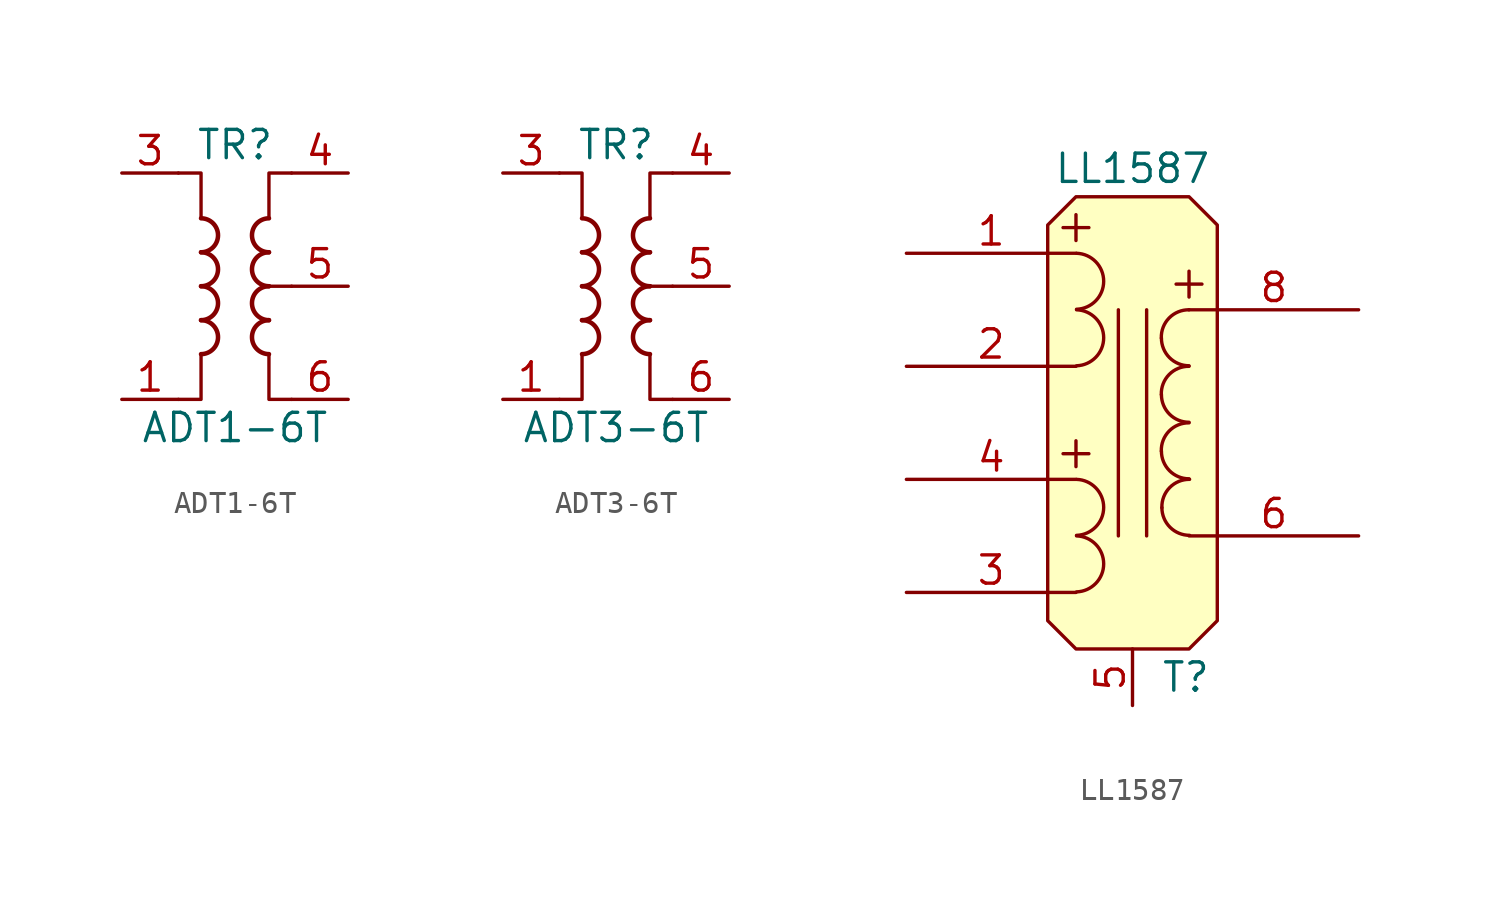
<source format=kicad_sym>
(kicad_symbol_lib
  (version 20241209)
  (generator "kicad_symbol_editor")
  (generator_version "9.0")
  (symbol "ADT1-6T"
    (pin_names
      (hide yes))
    (property "Reference" "TR"
      (at 0 6.35 0)
      (effects (font (size 1.27 1.27))))
    (property "Value" "ADT1-6T"
      (at 0 -6.35 0)
      (effects (font (size 1.27 1.27))))
    (symbol "ADT1-6T_0_1"
      (polyline (pts (xy -2.54 5.08) (xy -1.524 5.08) (xy -1.524 3.048)) (stroke (width 0.152) (type default)) (fill (type none)))
      (arc (start -1.524 3.048) (mid -0.7653 2.286) (end -1.524 1.524) (stroke (width 0.2032) (type default)) (fill (type none)))
      (arc (start -1.524 1.524) (mid -0.7653 0.762) (end -1.524 0) (stroke (width 0.2032) (type default)) (fill (type none)))
      (arc (start -1.524 0) (mid -0.7653 -0.762) (end -1.524 -1.524) (stroke (width 0.2032) (type default)) (fill (type none)))
      (arc (start -1.524 -1.524) (mid -0.7653 -2.286) (end -1.524 -3.048) (stroke (width 0.2032) (type default)) (fill (type none)))
      (polyline (pts (xy -1.524 -3.048) (xy -1.524 -5.08) (xy -2.54 -5.08)) (stroke (width 0.152) (type default)) (fill (type none)))
      (polyline (pts (xy 1.524 3.048) (xy 1.524 5.08) (xy 2.54 5.08)) (stroke (width 0.152) (type default)) (fill (type none)))
      (arc (start 1.524 1.524) (mid 0.7653 2.286) (end 1.524 3.048) (stroke (width 0.2032) (type default)) (fill (type none)))
      (arc (start 1.524 0) (mid 0.7653 0.762) (end 1.524 1.524) (stroke (width 0.2032) (type default)) (fill (type none)))
      (arc (start 1.524 -1.524) (mid 0.7653 -0.762) (end 1.524 0) (stroke (width 0.2032) (type default)) (fill (type none)))
      (arc (start 1.524 -3.048) (mid 0.7653 -2.286) (end 1.524 -1.524) (stroke (width 0.2032) (type default)) (fill (type none)))
      (polyline (pts (xy 2.54 0) (xy 1.27 0)) (stroke (width 0.152) (type default)) (fill (type none)))
      (polyline (pts (xy 2.54 -5.08) (xy 1.524 -5.08) (xy 1.524 -3.048)) (stroke (width 0.152) (type default)) (fill (type none))))
    (symbol "ADT1-6T_1_1"
      (pin passive line (at -5.08 5.08 0) (length 2.54) (name "~" (effects (font (size 1.27 1.27)))) (number "3" (effects (font (size 1.27 1.27)))))
      (pin passive line (at -5.08 -5.08 0) (length 2.54) (name "~" (effects (font (size 1.27 1.27)))) (number "1" (effects (font (size 1.27 1.27)))))
      (pin passive line (at 5.08 5.08 180) (length 2.54) (name "~" (effects (font (size 1.27 1.27)))) (number "4" (effects (font (size 1.27 1.27)))))
      (pin passive line (at 5.08 0 180) (length 2.54) (name "~" (effects (font (size 1.27 1.27)))) (number "5" (effects (font (size 1.27 1.27)))))
      (pin passive line (at 5.08 -5.08 180) (length 2.54) (name "~" (effects (font (size 1.27 1.27)))) (number "6" (effects (font (size 1.27 1.27)))))))
  (symbol "ADT3-6T"
    (pin_names
      (hide yes))
    (property "Reference" "TR"
      (at 0 6.35 0)
      (effects (font (size 1.27 1.27))))
    (property "Value" "ADT3-6T"
      (at 0 -6.35 0)
      (effects (font (size 1.27 1.27))))
    (symbol "ADT3-6T_0_1"
      (polyline (pts (xy -2.54 5.08) (xy -1.524 5.08) (xy -1.524 3.048)) (stroke (width 0.152) (type default)) (fill (type none)))
      (arc (start -1.524 3.048) (mid -0.7653 2.286) (end -1.524 1.524) (stroke (width 0.2032) (type default)) (fill (type none)))
      (arc (start -1.524 1.524) (mid -0.7653 0.762) (end -1.524 0) (stroke (width 0.2032) (type default)) (fill (type none)))
      (arc (start -1.524 0) (mid -0.7653 -0.762) (end -1.524 -1.524) (stroke (width 0.2032) (type default)) (fill (type none)))
      (arc (start -1.524 -1.524) (mid -0.7653 -2.286) (end -1.524 -3.048) (stroke (width 0.2032) (type default)) (fill (type none)))
      (polyline (pts (xy -1.524 -3.048) (xy -1.524 -5.08) (xy -2.54 -5.08)) (stroke (width 0.152) (type default)) (fill (type none)))
      (polyline (pts (xy 1.524 3.048) (xy 1.524 5.08) (xy 2.54 5.08)) (stroke (width 0.152) (type default)) (fill (type none)))
      (arc (start 1.524 1.524) (mid 0.7653 2.286) (end 1.524 3.048) (stroke (width 0.2032) (type default)) (fill (type none)))
      (arc (start 1.524 0) (mid 0.7653 0.762) (end 1.524 1.524) (stroke (width 0.2032) (type default)) (fill (type none)))
      (arc (start 1.524 -1.524) (mid 0.7653 -0.762) (end 1.524 0) (stroke (width 0.2032) (type default)) (fill (type none)))
      (arc (start 1.524 -3.048) (mid 0.7653 -2.286) (end 1.524 -1.524) (stroke (width 0.2032) (type default)) (fill (type none)))
      (polyline (pts (xy 2.54 0) (xy 1.27 0)) (stroke (width 0.152) (type default)) (fill (type none)))
      (polyline (pts (xy 2.54 -5.08) (xy 1.524 -5.08) (xy 1.524 -3.048)) (stroke (width 0.152) (type default)) (fill (type none))))
    (symbol "ADT3-6T_1_1"
      (pin passive line (at -5.08 5.08 0) (length 2.54) (name "~" (effects (font (size 1.27 1.27)))) (number "3" (effects (font (size 1.27 1.27)))))
      (pin passive line (at -5.08 -5.08 0) (length 2.54) (name "~" (effects (font (size 1.27 1.27)))) (number "1" (effects (font (size 1.27 1.27)))))
      (pin passive line (at 5.08 5.08 180) (length 2.54) (name "~" (effects (font (size 1.27 1.27)))) (number "4" (effects (font (size 1.27 1.27)))))
      (pin passive line (at 5.08 0 180) (length 2.54) (name "~" (effects (font (size 1.27 1.27)))) (number "5" (effects (font (size 1.27 1.27)))))
      (pin passive line (at 5.08 -5.08 180) (length 2.54) (name "~" (effects (font (size 1.27 1.27)))) (number "6" (effects (font (size 1.27 1.27)))))))
  (symbol "LL1587"
    (pin_names
      (hide yes))
    (property "Reference" "T"
      (at 1.27 -11.43 0)
      (effects (font (size 1.27 1.27)) (justify left)))
    (property "Value" "LL1587"
      (at 0 11.43 0)
      (effects (font (size 1.27 1.27))))
    (symbol "LL1587_0_0"
      (text "+" (at -2.54 8.89 0) (effects (font (size 1.524 1.524))))
      (text "+" (at -2.54 -1.27 0) (effects (font (size 1.524 1.524))))
      (text "+" (at 2.54 6.35 0) (effects (font (size 1.524 1.524)))))
    (symbol "LL1587_0_1"
      (polyline (pts (xy -3.81 8.89) (xy -3.81 -8.89) (xy -2.54 -10.16) (xy 2.54 -10.16) (xy 3.81 -8.89) (xy 3.81 8.89) (xy 2.54 10.16) (xy -2.54 10.16) (xy -3.81 8.89)) (stroke (width 0) (type default)) (fill (type background)))
      (arc (start -2.5146 7.62) (mid -1.295 6.3627) (end -2.5146 5.1054) (stroke (width 0) (type default)) (fill (type none)))
      (arc (start -2.5146 5.08) (mid -1.295 3.8227) (end -2.5146 2.5654) (stroke (width 0) (type default)) (fill (type none)))
      (arc (start -2.5146 -2.54) (mid -1.295 -3.7973) (end -2.5146 -5.0546) (stroke (width 0) (type default)) (fill (type none)))
      (arc (start -2.5146 -5.08) (mid -1.295 -6.3373) (end -2.5146 -7.5946) (stroke (width 0) (type default)) (fill (type none)))
      (polyline (pts (xy -0.635 5.08) (xy -0.635 -5.08)) (stroke (width 0) (type default)) (fill (type none)))
      (polyline (pts (xy 0.635 -5.08) (xy 0.635 5.08)) (stroke (width 0) (type default)) (fill (type none)))
      (arc (start 1.2954 3.81) (mid 1.6457 4.7117) (end 2.54 5.08) (stroke (width 0) (type default)) (fill (type none)))
      (arc (start 1.2954 1.27) (mid 1.6457 2.1717) (end 2.54 2.54) (stroke (width 0) (type default)) (fill (type none)))
      (arc (start 1.2954 -1.27) (mid 1.6457 -0.3683) (end 2.54 0) (stroke (width 0) (type default)) (fill (type none)))
      (arc (start 2.54 2.5654) (mid 1.6599 2.9299) (end 1.2954 3.81) (stroke (width 0) (type default)) (fill (type none)))
      (arc (start 2.54 0.0254) (mid 1.6599 0.3899) (end 1.2954 1.27) (stroke (width 0) (type default)) (fill (type none)))
      (arc (start 2.54 -2.5146) (mid 1.6599 -2.1501) (end 1.2954 -1.27) (stroke (width 0) (type default)) (fill (type none)))
      (arc (start 1.3208 -3.81) (mid 1.6711 -2.9085) (end 2.5654 -2.54) (stroke (width 0) (type default)) (fill (type none)))
      (arc (start 2.5654 -5.0546) (mid 1.6851 -4.6902) (end 1.3208 -3.81) (stroke (width 0) (type default)) (fill (type none))))
    (symbol "LL1587_1_1"
      (pin passive line (at -10.16 7.62 0) (length 7.62) (name "P1+" (effects (font (size 1.27 1.27)))) (number "1" (effects (font (size 1.27 1.27)))))
      (pin passive line (at -10.16 2.54 0) (length 7.62) (name "P1-" (effects (font (size 1.27 1.27)))) (number "2" (effects (font (size 1.27 1.27)))))
      (pin passive line (at -10.16 -2.54 0) (length 7.62) (name "P2+" (effects (font (size 1.27 1.27)))) (number "4" (effects (font (size 1.27 1.27)))))
      (pin passive line (at -10.16 -7.62 0) (length 7.62) (name "P2-" (effects (font (size 1.27 1.27)))) (number "3" (effects (font (size 1.27 1.27)))))
      (pin input line (at 0 -12.7 90) (length 2.54) (name "~" (effects (font (size 1.27 1.27)))) (number "5" (effects (font (size 1.27 1.27)))))
      (pin passive line (at 10.16 5.08 180) (length 7.62) (name "S+" (effects (font (size 1.27 1.27)))) (number "8" (effects (font (size 1.27 1.27)))))
      (pin passive line (at 10.16 -5.08 180) (length 7.62) (name "S-" (effects (font (size 1.27 1.27)))) (number "6" (effects (font (size 1.27 1.27))))))))
</source>
